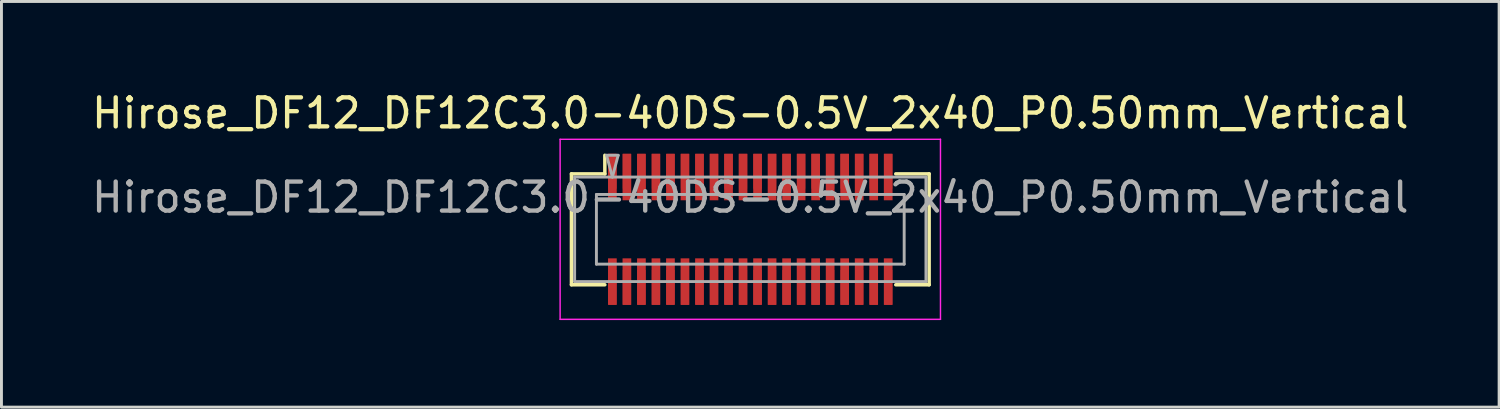
<source format=kicad_pcb>
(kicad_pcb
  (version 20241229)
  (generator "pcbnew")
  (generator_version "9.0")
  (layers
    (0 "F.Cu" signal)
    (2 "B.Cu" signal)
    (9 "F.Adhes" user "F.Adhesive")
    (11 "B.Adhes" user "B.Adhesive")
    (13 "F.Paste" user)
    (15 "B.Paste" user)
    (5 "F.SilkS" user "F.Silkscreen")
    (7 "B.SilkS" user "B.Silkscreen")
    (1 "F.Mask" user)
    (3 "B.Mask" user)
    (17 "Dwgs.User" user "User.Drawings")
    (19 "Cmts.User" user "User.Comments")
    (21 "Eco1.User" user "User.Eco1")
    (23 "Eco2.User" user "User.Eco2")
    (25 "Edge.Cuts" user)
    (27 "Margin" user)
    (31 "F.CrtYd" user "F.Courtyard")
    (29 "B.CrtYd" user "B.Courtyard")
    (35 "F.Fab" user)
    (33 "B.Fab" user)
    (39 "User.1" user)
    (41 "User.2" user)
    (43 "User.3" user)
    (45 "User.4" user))
  (footprint "Hirose_DF12_DF12C3.0-40DS-0.5V_2x40_P0.50mm_Vertical"
    (layer "F.Cu")
    (at 22.792 4.848)
    (property "Reference" "Hirose_DF12_DF12C3.0-40DS-0.5V_2x40_P0.50mm_Vertical" (at 0 -4 0) (layer "F.SilkS") (effects (font (size 1 1) (thickness 0.15))))
    (attr smd)
    (fp_line (start -6.16 -1.91) (end -5.01 -1.91) (stroke (width 0.12) (type solid)) (layer "F.SilkS"))
    (fp_line (start -6.16 1.91) (end -6.16 -1.91) (stroke (width 0.12) (type solid)) (layer "F.SilkS"))
    (fp_line (start -5.01 -1.91) (end -5.01 -2.55) (stroke (width 0.12) (type solid)) (layer "F.SilkS"))
    (fp_line (start -5.01 1.91) (end -6.16 1.91) (stroke (width 0.12) (type solid)) (layer "F.SilkS"))
    (fp_line (start 5.01 1.91) (end 6.16 1.91) (stroke (width 0.12) (type solid)) (layer "F.SilkS"))
    (fp_line (start 6.16 -1.91) (end 5.01 -1.91) (stroke (width 0.12) (type solid)) (layer "F.SilkS"))
    (fp_line (start 6.16 1.91) (end 6.16 -1.91) (stroke (width 0.12) (type solid)) (layer "F.SilkS"))
    (fp_line (start -6.55 -3.1) (end -6.55 3.1) (stroke (width 0.05) (type solid)) (layer "F.CrtYd"))
    (fp_line (start -6.55 3.1) (end 6.55 3.1) (stroke (width 0.05) (type solid)) (layer "F.CrtYd"))
    (fp_line (start 6.55 -3.1) (end -6.55 -3.1) (stroke (width 0.05) (type solid)) (layer "F.CrtYd"))
    (fp_line (start 6.55 3.1) (end 6.55 -3.1) (stroke (width 0.05) (type solid)) (layer "F.CrtYd"))
    (fp_line (start -6.05 -1.8) (end 6.05 -1.8) (stroke (width 0.1) (type solid)) (layer "F.Fab"))
    (fp_line (start -6.05 1.8) (end -6.05 -1.8) (stroke (width 0.1) (type solid)) (layer "F.Fab"))
    (fp_line (start -5.3 -1.2) (end 5.3 -1.2) (stroke (width 0.1) (type solid)) (layer "F.Fab"))
    (fp_line (start -5.3 1.2) (end -5.3 -1.2) (stroke (width 0.1) (type solid)) (layer "F.Fab"))
    (fp_line (start -4.95 -2.55) (end -4.75 -1.8) (stroke (width 0.1) (type solid)) (layer "F.Fab"))
    (fp_line (start -4.75 -1.8) (end -4.55 -2.55) (stroke (width 0.1) (type solid)) (layer "F.Fab"))
    (fp_line (start -4.55 -2.55) (end -4.95 -2.55) (stroke (width 0.1) (type solid)) (layer "F.Fab"))
    (fp_line (start 5.3 -1.2) (end 5.3 1.2) (stroke (width 0.1) (type solid)) (layer "F.Fab"))
    (fp_line (start 5.3 1.2) (end -5.3 1.2) (stroke (width 0.1) (type solid)) (layer "F.Fab"))
    (fp_line (start 6.05 -1.8) (end 6.05 1.8) (stroke (width 0.1) (type solid)) (layer "F.Fab"))
    (fp_line (start 6.05 1.8) (end -6.05 1.8) (stroke (width 0.1) (type solid)) (layer "F.Fab"))
    (fp_text user "${REFERENCE}" (at 0 -1.1 0) (layer "F.Fab") (effects (font (size 1 1) (thickness 0.15))))
    (pad "" smd rect (at -4.75 -2) (size 0.28 1.2) (layers "F.Cu" "F.Paste"))
    (pad "" smd rect (at -4.75 2) (size 0.28 1.2) (layers "F.Cu" "F.Paste"))
    (pad "" smd rect (at -4.25 -2) (size 0.28 1.2) (layers "F.Cu" "F.Paste"))
    (pad "" smd rect (at -4.25 2) (size 0.28 1.2) (layers "F.Cu" "F.Paste"))
    (pad "" smd rect (at -3.75 -2) (size 0.28 1.2) (layers "F.Cu" "F.Paste"))
    (pad "" smd rect (at -3.75 2) (size 0.28 1.2) (layers "F.Cu" "F.Paste"))
    (pad "" smd rect (at -3.25 -2) (size 0.28 1.2) (layers "F.Cu" "F.Paste"))
    (pad "" smd rect (at -3.25 2) (size 0.28 1.2) (layers "F.Cu" "F.Paste"))
    (pad "" smd rect (at -2.75 -2) (size 0.28 1.2) (layers "F.Cu" "F.Paste"))
    (pad "" smd rect (at -2.75 2) (size 0.28 1.2) (layers "F.Cu" "F.Paste"))
    (pad "" smd rect (at -2.25 -2) (size 0.28 1.2) (layers "F.Cu" "F.Paste"))
    (pad "" smd rect (at -2.25 2) (size 0.28 1.2) (layers "F.Cu" "F.Paste"))
    (pad "" smd rect (at -1.75 -2) (size 0.28 1.2) (layers "F.Cu" "F.Paste"))
    (pad "" smd rect (at -1.75 2) (size 0.28 1.2) (layers "F.Cu" "F.Paste"))
    (pad "" smd rect (at -1.25 -2) (size 0.28 1.2) (layers "F.Cu" "F.Paste"))
    (pad "" smd rect (at -1.25 2) (size 0.28 1.2) (layers "F.Cu" "F.Paste"))
    (pad "" smd rect (at -0.75 -2) (size 0.28 1.2) (layers "F.Cu" "F.Paste"))
    (pad "" smd rect (at -0.75 2) (size 0.28 1.2) (layers "F.Cu" "F.Paste"))
    (pad "" smd rect (at -0.25 -2) (size 0.28 1.2) (layers "F.Cu" "F.Paste"))
    (pad "" smd rect (at -0.25 2) (size 0.28 1.2) (layers "F.Cu" "F.Paste"))
    (pad "" smd rect (at 0.25 -2) (size 0.28 1.2) (layers "F.Cu" "F.Paste"))
    (pad "" smd rect (at 0.25 2) (size 0.28 1.2) (layers "F.Cu" "F.Paste"))
    (pad "" smd rect (at 0.75 -2) (size 0.28 1.2) (layers "F.Cu" "F.Paste"))
    (pad "" smd rect (at 0.75 2) (size 0.28 1.2) (layers "F.Cu" "F.Paste"))
    (pad "" smd rect (at 1.25 -2) (size 0.28 1.2) (layers "F.Cu" "F.Paste"))
    (pad "" smd rect (at 1.25 2) (size 0.28 1.2) (layers "F.Cu" "F.Paste"))
    (pad "" smd rect (at 1.75 -2) (size 0.28 1.2) (layers "F.Cu" "F.Paste"))
    (pad "" smd rect (at 1.75 2) (size 0.28 1.2) (layers "F.Cu" "F.Paste"))
    (pad "" smd rect (at 2.25 -2) (size 0.28 1.2) (layers "F.Cu" "F.Paste"))
    (pad "" smd rect (at 2.25 2) (size 0.28 1.2) (layers "F.Cu" "F.Paste"))
    (pad "" smd rect (at 2.75 -2) (size 0.28 1.2) (layers "F.Cu" "F.Paste"))
    (pad "" smd rect (at 2.75 2) (size 0.28 1.2) (layers "F.Cu" "F.Paste"))
    (pad "" smd rect (at 3.25 -2) (size 0.28 1.2) (layers "F.Cu" "F.Paste"))
    (pad "" smd rect (at 3.25 2) (size 0.28 1.2) (layers "F.Cu" "F.Paste"))
    (pad "" smd rect (at 3.75 -2) (size 0.28 1.2) (layers "F.Cu" "F.Paste"))
    (pad "" smd rect (at 3.75 2) (size 0.28 1.2) (layers "F.Cu" "F.Paste"))
    (pad "" smd rect (at 4.25 -2) (size 0.28 1.2) (layers "F.Cu" "F.Paste"))
    (pad "" smd rect (at 4.25 2) (size 0.28 1.2) (layers "F.Cu" "F.Paste"))
    (pad "" smd rect (at 4.75 -2) (size 0.28 1.2) (layers "F.Cu" "F.Paste"))
    (pad "" smd rect (at 4.75 2) (size 0.28 1.2) (layers "F.Cu" "F.Paste"))
    (pad "1" smd rect (at -4.75 -1.8) (size 0.3 1.6) (layers "F.Cu" "F.Mask"))
    (pad "2" smd rect (at -4.25 -1.8) (size 0.3 1.6) (layers "F.Cu" "F.Mask"))
    (pad "3" smd rect (at -3.75 -1.8) (size 0.3 1.6) (layers "F.Cu" "F.Mask"))
    (pad "4" smd rect (at -3.25 -1.8) (size 0.3 1.6) (layers "F.Cu" "F.Mask"))
    (pad "5" smd rect (at -2.75 -1.8) (size 0.3 1.6) (layers "F.Cu" "F.Mask"))
    (pad "6" smd rect (at -2.25 -1.8) (size 0.3 1.6) (layers "F.Cu" "F.Mask"))
    (pad "7" smd rect (at -1.75 -1.8) (size 0.3 1.6) (layers "F.Cu" "F.Mask"))
    (pad "8" smd rect (at -1.25 -1.8) (size 0.3 1.6) (layers "F.Cu" "F.Mask"))
    (pad "9" smd rect (at -0.75 -1.8) (size 0.3 1.6) (layers "F.Cu" "F.Mask"))
    (pad "10" smd rect (at -0.25 -1.8) (size 0.3 1.6) (layers "F.Cu" "F.Mask"))
    (pad "11" smd rect (at 0.25 -1.8) (size 0.3 1.6) (layers "F.Cu" "F.Mask"))
    (pad "12" smd rect (at 0.75 -1.8) (size 0.3 1.6) (layers "F.Cu" "F.Mask"))
    (pad "13" smd rect (at 1.25 -1.8) (size 0.3 1.6) (layers "F.Cu" "F.Mask"))
    (pad "14" smd rect (at 1.75 -1.8) (size 0.3 1.6) (layers "F.Cu" "F.Mask"))
    (pad "15" smd rect (at 2.25 -1.8) (size 0.3 1.6) (layers "F.Cu" "F.Mask"))
    (pad "16" smd rect (at 2.75 -1.8) (size 0.3 1.6) (layers "F.Cu" "F.Mask"))
    (pad "17" smd rect (at 3.25 -1.8) (size 0.3 1.6) (layers "F.Cu" "F.Mask"))
    (pad "18" smd rect (at 3.75 -1.8) (size 0.3 1.6) (layers "F.Cu" "F.Mask"))
    (pad "19" smd rect (at 4.25 -1.8) (size 0.3 1.6) (layers "F.Cu" "F.Mask"))
    (pad "20" smd rect (at 4.75 -1.8) (size 0.3 1.6) (layers "F.Cu" "F.Mask"))
    (pad "21" smd rect (at -4.75 1.8) (size 0.3 1.6) (layers "F.Cu" "F.Mask"))
    (pad "22" smd rect (at -4.25 1.8) (size 0.3 1.6) (layers "F.Cu" "F.Mask"))
    (pad "23" smd rect (at -3.75 1.8) (size 0.3 1.6) (layers "F.Cu" "F.Mask"))
    (pad "24" smd rect (at -3.25 1.8) (size 0.3 1.6) (layers "F.Cu" "F.Mask"))
    (pad "25" smd rect (at -2.75 1.8) (size 0.3 1.6) (layers "F.Cu" "F.Mask"))
    (pad "26" smd rect (at -2.25 1.8) (size 0.3 1.6) (layers "F.Cu" "F.Mask"))
    (pad "27" smd rect (at -1.75 1.8) (size 0.3 1.6) (layers "F.Cu" "F.Mask"))
    (pad "28" smd rect (at -1.25 1.8) (size 0.3 1.6) (layers "F.Cu" "F.Mask"))
    (pad "29" smd rect (at -0.75 1.8) (size 0.3 1.6) (layers "F.Cu" "F.Mask"))
    (pad "30" smd rect (at -0.25 1.8) (size 0.3 1.6) (layers "F.Cu" "F.Mask"))
    (pad "31" smd rect (at 0.25 1.8) (size 0.3 1.6) (layers "F.Cu" "F.Mask"))
    (pad "32" smd rect (at 0.75 1.8) (size 0.3 1.6) (layers "F.Cu" "F.Mask"))
    (pad "33" smd rect (at 1.25 1.8) (size 0.3 1.6) (layers "F.Cu" "F.Mask"))
    (pad "34" smd rect (at 1.75 1.8) (size 0.3 1.6) (layers "F.Cu" "F.Mask"))
    (pad "35" smd rect (at 2.25 1.8) (size 0.3 1.6) (layers "F.Cu" "F.Mask"))
    (pad "36" smd rect (at 2.75 1.8) (size 0.3 1.6) (layers "F.Cu" "F.Mask"))
    (pad "37" smd rect (at 3.25 1.8) (size 0.3 1.6) (layers "F.Cu" "F.Mask"))
    (pad "38" smd rect (at 3.75 1.8) (size 0.3 1.6) (layers "F.Cu" "F.Mask"))
    (pad "39" smd rect (at 4.25 1.8) (size 0.3 1.6) (layers "F.Cu" "F.Mask"))
    (pad "40" smd rect (at 4.75 1.8) (size 0.3 1.6) (layers "F.Cu" "F.Mask")))
  (gr_rect
    (start -3 -3)
    (end 48.583 10.973)
    (stroke (width 0.1) (type default))
    (fill no)
    (layer "Edge.Cuts")))
</source>
